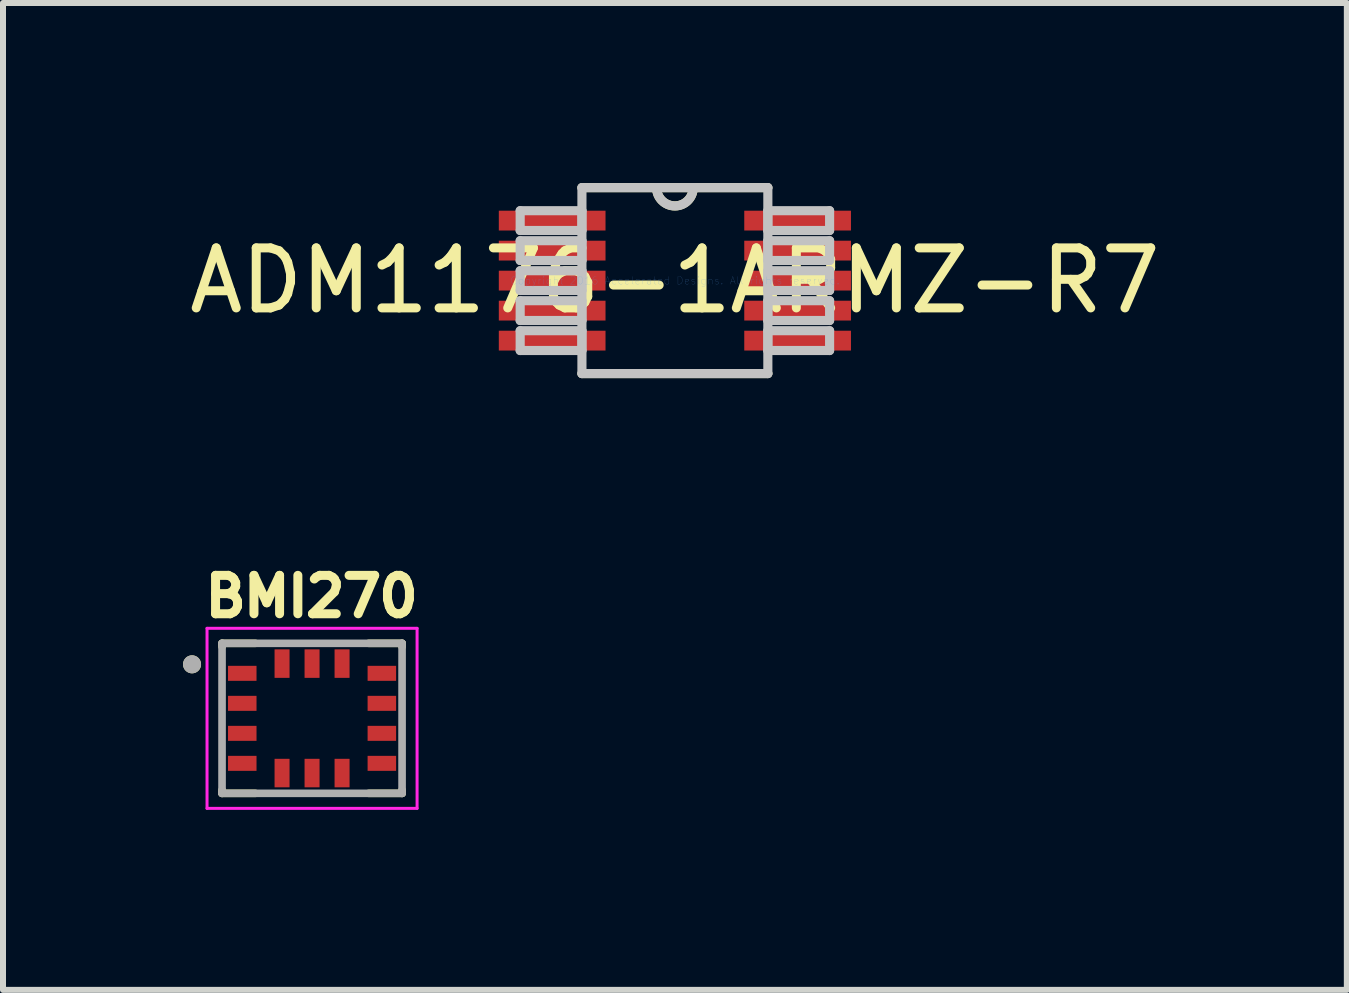
<source format=kicad_pcb>
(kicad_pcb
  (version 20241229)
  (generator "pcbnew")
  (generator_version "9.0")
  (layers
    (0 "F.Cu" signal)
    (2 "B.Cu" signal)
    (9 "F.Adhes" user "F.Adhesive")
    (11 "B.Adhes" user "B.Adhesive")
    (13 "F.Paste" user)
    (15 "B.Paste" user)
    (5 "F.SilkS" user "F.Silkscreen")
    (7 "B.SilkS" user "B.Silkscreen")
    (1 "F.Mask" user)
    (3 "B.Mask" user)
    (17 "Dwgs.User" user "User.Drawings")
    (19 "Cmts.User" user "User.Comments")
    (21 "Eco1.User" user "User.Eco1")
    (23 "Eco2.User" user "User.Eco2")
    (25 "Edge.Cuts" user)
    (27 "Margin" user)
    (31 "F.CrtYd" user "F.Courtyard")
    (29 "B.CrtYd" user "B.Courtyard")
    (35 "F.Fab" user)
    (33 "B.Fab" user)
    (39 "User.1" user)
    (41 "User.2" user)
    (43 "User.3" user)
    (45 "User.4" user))
  (footprint "BMI270"
    (layer "F.Cu")
    (at 2.15 8.92)
    (property "Reference" "BMI270" (at -0.008 -2.031 0) (layer "F.SilkS") (effects (font (size 0.64 0.64) (thickness 0.15))))
    (attr smd)
    (fp_line (start -1.5 -1.25) (end -1.5 -1.195) (stroke (width 0.127) (type solid)) (layer "F.SilkS"))
    (fp_line (start -1.5 -1.25) (end -0.945 -1.25) (stroke (width 0.127) (type solid)) (layer "F.SilkS"))
    (fp_line (start -1.5 1.195) (end -1.5 1.25) (stroke (width 0.127) (type solid)) (layer "F.SilkS"))
    (fp_line (start -1.5 1.25) (end -0.945 1.25) (stroke (width 0.127) (type solid)) (layer "F.SilkS"))
    (fp_line (start 0.945 -1.25) (end 1.5 -1.25) (stroke (width 0.127) (type solid)) (layer "F.SilkS"))
    (fp_line (start 0.945 1.25) (end 1.5 1.25) (stroke (width 0.127) (type solid)) (layer "F.SilkS"))
    (fp_line (start 1.5 -1.25) (end 1.5 -1.195) (stroke (width 0.127) (type solid)) (layer "F.SilkS"))
    (fp_line (start 1.5 1.195) (end 1.5 1.25) (stroke (width 0.127) (type solid)) (layer "F.SilkS"))
    (fp_circle (center -2 -0.9) (end -1.925 -0.9) (stroke (width 0.15) (type solid)) (fill no) (layer "F.SilkS"))
    (fp_line (start -1.75 -1.5) (end 1.75 -1.5) (stroke (width 0.05) (type solid)) (layer "F.CrtYd"))
    (fp_line (start -1.75 1.5) (end -1.75 -1.5) (stroke (width 0.05) (type solid)) (layer "F.CrtYd"))
    (fp_line (start 1.75 -1.5) (end 1.75 1.5) (stroke (width 0.05) (type solid)) (layer "F.CrtYd"))
    (fp_line (start 1.75 1.5) (end -1.75 1.5) (stroke (width 0.05) (type solid)) (layer "F.CrtYd"))
    (fp_line (start -1.5 -1.25) (end -1.5 1.25) (stroke (width 0.127) (type solid)) (layer "F.Fab"))
    (fp_line (start -1.5 1.25) (end 1.5 1.25) (stroke (width 0.127) (type solid)) (layer "F.Fab"))
    (fp_line (start 1.5 -1.25) (end -1.5 -1.25) (stroke (width 0.127) (type solid)) (layer "F.Fab"))
    (fp_line (start 1.5 1.25) (end 1.5 -1.25) (stroke (width 0.127) (type solid)) (layer "F.Fab"))
    (fp_circle (center -2 -0.9) (end -1.925 -0.9) (stroke (width 0.15) (type solid)) (fill no) (layer "F.Fab"))
    (pad "1" smd rect (at -1.163 -0.75) (size 0.475 0.25) (layers "F.Cu" "F.Mask" "F.Paste"))
    (pad "2" smd rect (at -1.163 -0.25) (size 0.475 0.25) (layers "F.Cu" "F.Mask" "F.Paste"))
    (pad "3" smd rect (at -1.163 0.25) (size 0.475 0.25) (layers "F.Cu" "F.Mask" "F.Paste"))
    (pad "4" smd rect (at -1.163 0.75) (size 0.475 0.25) (layers "F.Cu" "F.Mask" "F.Paste"))
    (pad "5" smd rect (at -0.5 0.912 90) (size 0.475 0.25) (layers "F.Cu" "F.Mask" "F.Paste"))
    (pad "6" smd rect (at 0 0.912 90) (size 0.475 0.25) (layers "F.Cu" "F.Mask" "F.Paste"))
    (pad "7" smd rect (at 0.5 0.912 90) (size 0.475 0.25) (layers "F.Cu" "F.Mask" "F.Paste"))
    (pad "8" smd rect (at 1.163 0.75) (size 0.475 0.25) (layers "F.Cu" "F.Mask" "F.Paste"))
    (pad "9" smd rect (at 1.163 0.25) (size 0.475 0.25) (layers "F.Cu" "F.Mask" "F.Paste"))
    (pad "10" smd rect (at 1.163 -0.25) (size 0.475 0.25) (layers "F.Cu" "F.Mask" "F.Paste"))
    (pad "11" smd rect (at 1.163 -0.75) (size 0.475 0.25) (layers "F.Cu" "F.Mask" "F.Paste"))
    (pad "12" smd rect (at 0.5 -0.912 90) (size 0.475 0.25) (layers "F.Cu" "F.Mask" "F.Paste"))
    (pad "13" smd rect (at 0 -0.912 90) (size 0.475 0.25) (layers "F.Cu" "F.Mask" "F.Paste"))
    (pad "14" smd rect (at -0.5 -0.912 90) (size 0.475 0.25) (layers "F.Cu" "F.Mask" "F.Paste")))
  (footprint "ADM1176-1ARMZ-R7"
    (layer "F.Cu")
    (at 8.196 1.626)
    (property "Reference" "ADM1176-1ARMZ-R7" (at 0 0 0) (layer "F.SilkS") (effects (font (size 1 1) (thickness 0.15))))
    (attr smd)
    (fp_line (start -1.549 1.549) (end 1.549 1.549) (stroke (width 0.152) (type solid)) (layer "F.SilkS"))
    (fp_line (start 1.549 -1.549) (end -1.549 -1.549) (stroke (width 0.152) (type solid)) (layer "F.SilkS"))
    (fp_arc (start 0.3048 -1.5494) (mid 0 -1.2446) (end -0.3048 -1.5494) (stroke (width 0.1524) (type solid)) (layer "F.SilkS"))
    (fp_line (start -2.578 -1.165) (end -2.578 -0.835) (stroke (width 0.152) (type solid)) (layer "Dwgs.User"))
    (fp_line (start -2.578 -0.835) (end -1.549 -0.835) (stroke (width 0.152) (type solid)) (layer "Dwgs.User"))
    (fp_line (start -2.578 -0.665) (end -2.578 -0.335) (stroke (width 0.152) (type solid)) (layer "Dwgs.User"))
    (fp_line (start -2.578 -0.335) (end -1.549 -0.335) (stroke (width 0.152) (type solid)) (layer "Dwgs.User"))
    (fp_line (start -2.578 -0.165) (end -2.578 0.165) (stroke (width 0.152) (type solid)) (layer "Dwgs.User"))
    (fp_line (start -2.578 0.165) (end -1.549 0.165) (stroke (width 0.152) (type solid)) (layer "Dwgs.User"))
    (fp_line (start -2.578 0.335) (end -2.578 0.665) (stroke (width 0.152) (type solid)) (layer "Dwgs.User"))
    (fp_line (start -2.578 0.665) (end -1.549 0.665) (stroke (width 0.152) (type solid)) (layer "Dwgs.User"))
    (fp_line (start -2.578 0.835) (end -2.578 1.165) (stroke (width 0.152) (type solid)) (layer "Dwgs.User"))
    (fp_line (start -2.578 1.165) (end -1.549 1.165) (stroke (width 0.152) (type solid)) (layer "Dwgs.User"))
    (fp_line (start -1.549 -1.549) (end -1.549 1.549) (stroke (width 0.152) (type solid)) (layer "Dwgs.User"))
    (fp_line (start -1.549 -1.165) (end -2.578 -1.165) (stroke (width 0.152) (type solid)) (layer "Dwgs.User"))
    (fp_line (start -1.549 -0.835) (end -1.549 -1.165) (stroke (width 0.152) (type solid)) (layer "Dwgs.User"))
    (fp_line (start -1.549 -0.665) (end -2.578 -0.665) (stroke (width 0.152) (type solid)) (layer "Dwgs.User"))
    (fp_line (start -1.549 -0.335) (end -1.549 -0.665) (stroke (width 0.152) (type solid)) (layer "Dwgs.User"))
    (fp_line (start -1.549 -0.165) (end -2.578 -0.165) (stroke (width 0.152) (type solid)) (layer "Dwgs.User"))
    (fp_line (start -1.549 0.165) (end -1.549 -0.165) (stroke (width 0.152) (type solid)) (layer "Dwgs.User"))
    (fp_line (start -1.549 0.335) (end -2.578 0.335) (stroke (width 0.152) (type solid)) (layer "Dwgs.User"))
    (fp_line (start -1.549 0.665) (end -1.549 0.335) (stroke (width 0.152) (type solid)) (layer "Dwgs.User"))
    (fp_line (start -1.549 0.835) (end -2.578 0.835) (stroke (width 0.152) (type solid)) (layer "Dwgs.User"))
    (fp_line (start -1.549 1.165) (end -1.549 0.835) (stroke (width 0.152) (type solid)) (layer "Dwgs.User"))
    (fp_line (start -1.549 1.549) (end 1.549 1.549) (stroke (width 0.152) (type solid)) (layer "Dwgs.User"))
    (fp_line (start 1.549 -1.549) (end -1.549 -1.549) (stroke (width 0.152) (type solid)) (layer "Dwgs.User"))
    (fp_line (start 1.549 -1.165) (end 1.549 -0.835) (stroke (width 0.152) (type solid)) (layer "Dwgs.User"))
    (fp_line (start 1.549 -0.835) (end 2.578 -0.835) (stroke (width 0.152) (type solid)) (layer "Dwgs.User"))
    (fp_line (start 1.549 -0.665) (end 1.549 -0.335) (stroke (width 0.152) (type solid)) (layer "Dwgs.User"))
    (fp_line (start 1.549 -0.335) (end 2.578 -0.335) (stroke (width 0.152) (type solid)) (layer "Dwgs.User"))
    (fp_line (start 1.549 -0.165) (end 1.549 0.165) (stroke (width 0.152) (type solid)) (layer "Dwgs.User"))
    (fp_line (start 1.549 0.165) (end 2.578 0.165) (stroke (width 0.152) (type solid)) (layer "Dwgs.User"))
    (fp_line (start 1.549 0.335) (end 1.549 0.665) (stroke (width 0.152) (type solid)) (layer "Dwgs.User"))
    (fp_line (start 1.549 0.665) (end 2.578 0.665) (stroke (width 0.152) (type solid)) (layer "Dwgs.User"))
    (fp_line (start 1.549 0.835) (end 1.549 1.165) (stroke (width 0.152) (type solid)) (layer "Dwgs.User"))
    (fp_line (start 1.549 1.165) (end 2.578 1.165) (stroke (width 0.152) (type solid)) (layer "Dwgs.User"))
    (fp_line (start 1.549 1.549) (end 1.549 -1.549) (stroke (width 0.152) (type solid)) (layer "Dwgs.User"))
    (fp_line (start 2.578 -1.165) (end 1.549 -1.165) (stroke (width 0.152) (type solid)) (layer "Dwgs.User"))
    (fp_line (start 2.578 -0.835) (end 2.578 -1.165) (stroke (width 0.152) (type solid)) (layer "Dwgs.User"))
    (fp_line (start 2.578 -0.665) (end 1.549 -0.665) (stroke (width 0.152) (type solid)) (layer "Dwgs.User"))
    (fp_line (start 2.578 -0.335) (end 2.578 -0.665) (stroke (width 0.152) (type solid)) (layer "Dwgs.User"))
    (fp_line (start 2.578 -0.165) (end 1.549 -0.165) (stroke (width 0.152) (type solid)) (layer "Dwgs.User"))
    (fp_line (start 2.578 0.165) (end 2.578 -0.165) (stroke (width 0.152) (type solid)) (layer "Dwgs.User"))
    (fp_line (start 2.578 0.335) (end 1.549 0.335) (stroke (width 0.152) (type solid)) (layer "Dwgs.User"))
    (fp_line (start 2.578 0.665) (end 2.578 0.335) (stroke (width 0.152) (type solid)) (layer "Dwgs.User"))
    (fp_line (start 2.578 0.835) (end 1.549 0.835) (stroke (width 0.152) (type solid)) (layer "Dwgs.User"))
    (fp_line (start 2.578 1.165) (end 2.578 0.835) (stroke (width 0.152) (type solid)) (layer "Dwgs.User"))
    (fp_arc (start 0.3048 -1.5494) (mid 0 -1.2446) (end -0.3048 -1.5494) (stroke (width 0.1524) (type solid)) (layer "Dwgs.User"))
    (fp_text user "Copyright 2016 Accelerated Designs. All rights reserved." (at 0 0 0) (layer "Cmts.User") (effects (font (size 0.127 0.127) (thickness 0.002))))
    (pad "1" smd rect (at -2.045 -1) (size 1.778 0.33) (layers "F.Cu" "F.Mask" "F.Paste"))
    (pad "2" smd rect (at -2.045 -0.5) (size 1.778 0.33) (layers "F.Cu" "F.Mask" "F.Paste"))
    (pad "3" smd rect (at -2.045 0) (size 1.778 0.33) (layers "F.Cu" "F.Mask" "F.Paste"))
    (pad "4" smd rect (at -2.045 0.5) (size 1.778 0.33) (layers "F.Cu" "F.Mask" "F.Paste"))
    (pad "5" smd rect (at -2.045 1) (size 1.778 0.33) (layers "F.Cu" "F.Mask" "F.Paste"))
    (pad "6" smd rect (at 2.045 1) (size 1.778 0.33) (layers "F.Cu" "F.Mask" "F.Paste"))
    (pad "7" smd rect (at 2.045 0.5) (size 1.778 0.33) (layers "F.Cu" "F.Mask" "F.Paste"))
    (pad "8" smd rect (at 2.045 0) (size 1.778 0.33) (layers "F.Cu" "F.Mask" "F.Paste"))
    (pad "9" smd rect (at 2.045 -0.5) (size 1.778 0.33) (layers "F.Cu" "F.Mask" "F.Paste"))
    (pad "10" smd rect (at 2.045 -1) (size 1.778 0.33) (layers "F.Cu" "F.Mask" "F.Paste")))
  (gr_rect
    (start -3 -3)
    (end 19.393 13.445)
    (stroke (width 0.1) (type default))
    (fill no)
    (layer "Edge.Cuts")))
</source>
